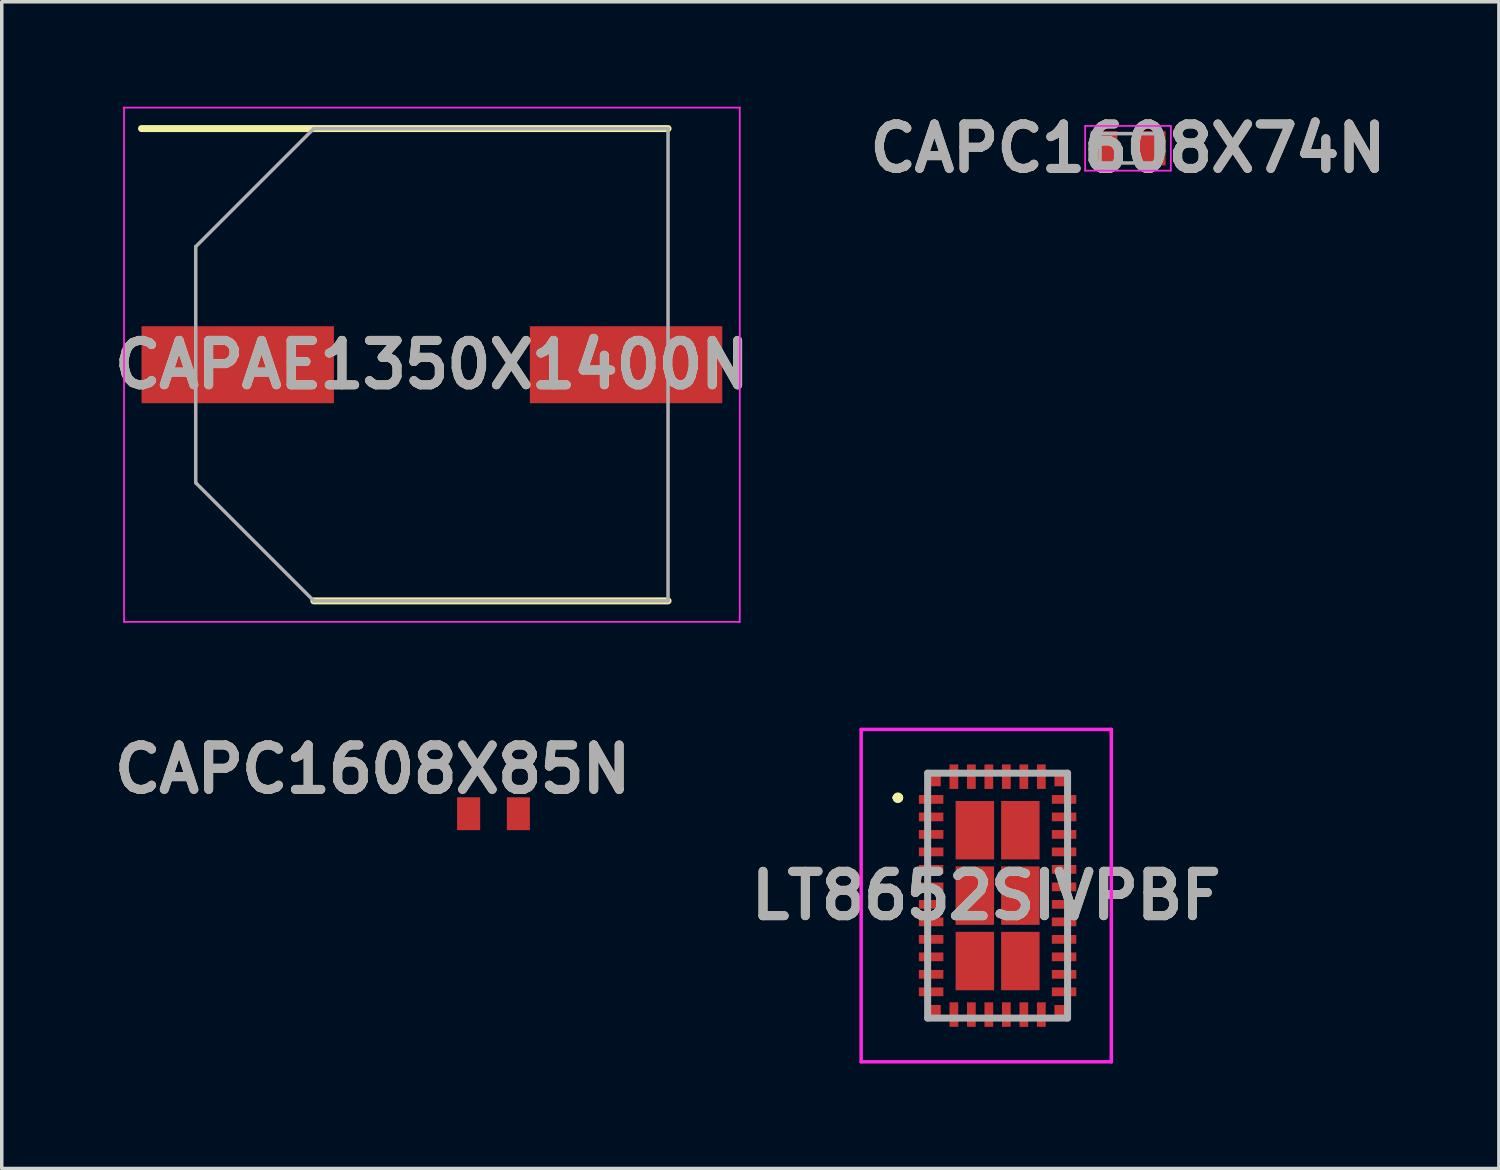
<source format=kicad_pcb>
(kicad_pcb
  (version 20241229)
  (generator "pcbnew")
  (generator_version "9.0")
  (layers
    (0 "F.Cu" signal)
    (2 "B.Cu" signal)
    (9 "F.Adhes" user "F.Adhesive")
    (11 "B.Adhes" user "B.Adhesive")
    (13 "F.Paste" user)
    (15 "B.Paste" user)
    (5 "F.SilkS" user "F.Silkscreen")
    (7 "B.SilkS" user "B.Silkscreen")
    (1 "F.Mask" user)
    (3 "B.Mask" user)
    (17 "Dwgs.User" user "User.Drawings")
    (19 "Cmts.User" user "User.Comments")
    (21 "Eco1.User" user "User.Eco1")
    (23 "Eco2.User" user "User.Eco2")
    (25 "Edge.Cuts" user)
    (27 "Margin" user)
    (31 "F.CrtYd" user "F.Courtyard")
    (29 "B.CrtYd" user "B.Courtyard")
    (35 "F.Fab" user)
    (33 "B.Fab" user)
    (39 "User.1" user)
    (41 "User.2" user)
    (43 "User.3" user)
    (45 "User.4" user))
  (footprint "CAPC1608X74N"
    (layer "F.Cu")
    (at 29.192 1.189)
    (property "Reference" "CAPC1608X74N" (at 0 0 0) (layer "F.SilkS") (effects (font (size 1.27 1.27) (thickness 0.254))))
    (attr smd)
    (fp_line (start -1.225 -0.64) (end 1.225 -0.64) (stroke (width 0.05) (type solid)) (layer "F.CrtYd"))
    (fp_line (start -1.225 0.64) (end -1.225 -0.64) (stroke (width 0.05) (type solid)) (layer "F.CrtYd"))
    (fp_line (start 1.225 -0.64) (end 1.225 0.64) (stroke (width 0.05) (type solid)) (layer "F.CrtYd"))
    (fp_line (start 1.225 0.64) (end -1.225 0.64) (stroke (width 0.05) (type solid)) (layer "F.CrtYd"))
    (fp_line (start -0.8 -0.419) (end 0.8 -0.419) (stroke (width 0.1) (type solid)) (layer "F.Fab"))
    (fp_line (start -0.8 0.419) (end -0.8 -0.419) (stroke (width 0.1) (type solid)) (layer "F.Fab"))
    (fp_line (start 0.8 -0.419) (end 0.8 0.419) (stroke (width 0.1) (type solid)) (layer "F.Fab"))
    (fp_line (start 0.8 0.419) (end -0.8 0.419) (stroke (width 0.1) (type solid)) (layer "F.Fab"))
    (fp_text user "${REFERENCE}" (at 0 0 0) (layer "F.Fab") (effects (font (size 1.27 1.27) (thickness 0.254))))
    (pad "1" smd rect (at -0.69 0) (size 0.77 0.98) (layers "F.Cu" "F.Mask" "F.Paste"))
    (pad "2" smd rect (at 0.69 0) (size 0.77 0.98) (layers "F.Cu" "F.Mask" "F.Paste")))
  (footprint "LT8652SIVPBF"
    (layer "F.Cu")
    (at 25.465 22.55)
    (property "Reference" "LT8652SIVPBF" (at -0.325 0 0) (layer "F.SilkS") (effects (font (size 1.27 1.27) (thickness 0.254))))
    (attr smd)
    (fp_line (start -2.9 -2.8) (end -2.9 -2.8) (stroke (width 0.2) (type solid)) (layer "F.SilkS"))
    (fp_line (start -2.9 -2.8) (end -2.9 -2.8) (stroke (width 0.2) (type solid)) (layer "F.SilkS"))
    (fp_line (start -2.8 -2.8) (end -2.8 -2.8) (stroke (width 0.2) (type solid)) (layer "F.SilkS"))
    (fp_arc (start -2.9 -2.8) (mid -2.85 -2.85) (end -2.8 -2.8) (stroke (width 0.2) (type solid)) (layer "F.SilkS"))
    (fp_arc (start -2.8 -2.8) (mid -2.85 -2.75) (end -2.9 -2.8) (stroke (width 0.2) (type solid)) (layer "F.SilkS"))
    (fp_arc (start -2.8 -2.8) (mid -2.85 -2.75) (end -2.9 -2.8) (stroke (width 0.2) (type solid)) (layer "F.SilkS"))
    (fp_line (start -3.9 -4.75) (end 3.25 -4.75) (stroke (width 0.1) (type solid)) (layer "F.CrtYd"))
    (fp_line (start -3.9 4.75) (end -3.9 -4.75) (stroke (width 0.1) (type solid)) (layer "F.CrtYd"))
    (fp_line (start 3.25 -4.75) (end 3.25 4.75) (stroke (width 0.1) (type solid)) (layer "F.CrtYd"))
    (fp_line (start 3.25 4.75) (end -3.9 4.75) (stroke (width 0.1) (type solid)) (layer "F.CrtYd"))
    (fp_line (start -2 -3.5) (end -2 3.5) (stroke (width 0.2) (type solid)) (layer "F.Fab"))
    (fp_line (start -2 3.5) (end 2 3.5) (stroke (width 0.2) (type solid)) (layer "F.Fab"))
    (fp_line (start 2 -3.5) (end -2 -3.5) (stroke (width 0.2) (type solid)) (layer "F.Fab"))
    (fp_line (start 2 3.5) (end 2 -3.5) (stroke (width 0.2) (type solid)) (layer "F.Fab"))
    (fp_text user "${REFERENCE}" (at -0.325 0 0) (layer "F.Fab") (effects (font (size 1.27 1.27) (thickness 0.254))))
    (pad "1" smd rect (at -1.9 -2.75 90) (size 0.25 0.7) (layers "F.Cu" "F.Mask" "F.Paste"))
    (pad "2" smd rect (at -1.9 -2.25 90) (size 0.25 0.7) (layers "F.Cu" "F.Mask" "F.Paste"))
    (pad "3" smd rect (at -1.9 -1.75 90) (size 0.25 0.7) (layers "F.Cu" "F.Mask" "F.Paste"))
    (pad "4" smd rect (at -1.9 -1.25 90) (size 0.25 0.7) (layers "F.Cu" "F.Mask" "F.Paste"))
    (pad "5" smd rect (at -1.9 -0.75 90) (size 0.25 0.7) (layers "F.Cu" "F.Mask" "F.Paste"))
    (pad "6" smd rect (at -1.9 -0.25 90) (size 0.25 0.7) (layers "F.Cu" "F.Mask" "F.Paste"))
    (pad "7" smd rect (at -1.9 0.25 90) (size 0.25 0.7) (layers "F.Cu" "F.Mask" "F.Paste"))
    (pad "8" smd rect (at -1.9 0.75 90) (size 0.25 0.7) (layers "F.Cu" "F.Mask" "F.Paste"))
    (pad "9" smd rect (at -1.9 1.25 90) (size 0.25 0.7) (layers "F.Cu" "F.Mask" "F.Paste"))
    (pad "10" smd rect (at -1.9 1.75 90) (size 0.25 0.7) (layers "F.Cu" "F.Mask" "F.Paste"))
    (pad "11" smd rect (at -1.9 2.25 90) (size 0.25 0.7) (layers "F.Cu" "F.Mask" "F.Paste"))
    (pad "12" smd rect (at -1.9 2.75 90) (size 0.25 0.7) (layers "F.Cu" "F.Mask" "F.Paste"))
    (pad "13" smd rect (at -1.25 3.4) (size 0.25 0.7) (layers "F.Cu" "F.Mask" "F.Paste"))
    (pad "14" smd rect (at -0.75 3.4) (size 0.25 0.7) (layers "F.Cu" "F.Mask" "F.Paste"))
    (pad "15" smd rect (at -0.25 3.4) (size 0.25 0.7) (layers "F.Cu" "F.Mask" "F.Paste"))
    (pad "16" smd rect (at 0.25 3.4) (size 0.25 0.7) (layers "F.Cu" "F.Mask" "F.Paste"))
    (pad "17" smd rect (at 0.75 3.4) (size 0.25 0.7) (layers "F.Cu" "F.Mask" "F.Paste"))
    (pad "18" smd rect (at 1.25 3.4) (size 0.25 0.7) (layers "F.Cu" "F.Mask" "F.Paste"))
    (pad "19" smd rect (at 1.9 2.75 90) (size 0.25 0.7) (layers "F.Cu" "F.Mask" "F.Paste"))
    (pad "20" smd rect (at 1.9 2.25 90) (size 0.25 0.7) (layers "F.Cu" "F.Mask" "F.Paste"))
    (pad "21" smd rect (at 1.9 1.75 90) (size 0.25 0.7) (layers "F.Cu" "F.Mask" "F.Paste"))
    (pad "22" smd rect (at 1.9 1.25 90) (size 0.25 0.7) (layers "F.Cu" "F.Mask" "F.Paste"))
    (pad "23" smd rect (at 1.9 0.75 90) (size 0.25 0.7) (layers "F.Cu" "F.Mask" "F.Paste"))
    (pad "24" smd rect (at 1.9 0.25 90) (size 0.25 0.7) (layers "F.Cu" "F.Mask" "F.Paste"))
    (pad "25" smd rect (at 1.9 -0.25 90) (size 0.25 0.7) (layers "F.Cu" "F.Mask" "F.Paste"))
    (pad "26" smd rect (at 1.9 -0.75 90) (size 0.25 0.7) (layers "F.Cu" "F.Mask" "F.Paste"))
    (pad "27" smd rect (at 1.9 -1.25 90) (size 0.25 0.7) (layers "F.Cu" "F.Mask" "F.Paste"))
    (pad "28" smd rect (at 1.9 -1.75 90) (size 0.25 0.7) (layers "F.Cu" "F.Mask" "F.Paste"))
    (pad "29" smd rect (at 1.9 -2.25 90) (size 0.25 0.7) (layers "F.Cu" "F.Mask" "F.Paste"))
    (pad "30" smd rect (at 1.9 -2.75 90) (size 0.25 0.7) (layers "F.Cu" "F.Mask" "F.Paste"))
    (pad "31" smd rect (at 1.25 -3.4) (size 0.25 0.7) (layers "F.Cu" "F.Mask" "F.Paste"))
    (pad "32" smd rect (at 0.75 -3.4) (size 0.25 0.7) (layers "F.Cu" "F.Mask" "F.Paste"))
    (pad "33" smd rect (at 0.25 -3.4) (size 0.25 0.7) (layers "F.Cu" "F.Mask" "F.Paste"))
    (pad "34" smd rect (at -0.25 -3.4) (size 0.25 0.7) (layers "F.Cu" "F.Mask" "F.Paste"))
    (pad "35" smd rect (at -0.75 -3.4) (size 0.25 0.7) (layers "F.Cu" "F.Mask" "F.Paste"))
    (pad "36" smd rect (at -1.25 -3.4) (size 0.25 0.7) (layers "F.Cu" "F.Mask" "F.Paste"))
    (pad "37" smd rect (at -0.65 -1.87) (size 1.1 1.67) (layers "F.Cu" "F.Mask" "F.Paste"))
    (pad "38" smd rect (at 0.65 -1.87) (size 1.1 1.67) (layers "F.Cu" "F.Mask" "F.Paste"))
    (pad "39" smd rect (at -0.65 0) (size 1.1 1.67) (layers "F.Cu" "F.Mask" "F.Paste"))
    (pad "40" smd rect (at 0.65 0) (size 1.1 1.67) (layers "F.Cu" "F.Mask" "F.Paste"))
    (pad "41" smd rect (at -0.65 1.87) (size 1.1 1.67) (layers "F.Cu" "F.Mask" "F.Paste"))
    (pad "42" smd rect (at 0.65 1.87) (size 1.1 1.67) (layers "F.Cu" "F.Mask" "F.Paste"))
    (pad "MP1" smd rect (at -1.813 -3.313 90) (size 0.375 0.375) (layers "F.Cu" "F.Mask" "F.Paste"))
    (pad "MP2" smd rect (at -1.813 3.313 90) (size 0.375 0.375) (layers "F.Cu" "F.Mask" "F.Paste"))
    (pad "MP3" smd rect (at 1.813 3.313 90) (size 0.375 0.375) (layers "F.Cu" "F.Mask" "F.Paste"))
    (pad "MP4" smd rect (at 1.813 -3.313 90) (size 0.375 0.375) (layers "F.Cu" "F.Mask" "F.Paste")))
  (footprint "CAPAE1350X1400N"
    (layer "F.Cu")
    (at 9.295 7.375)
    (property "Reference" "CAPAE1350X1400N" (at 0 0 0) (layer "F.SilkS") (effects (font (size 1.27 1.27) (thickness 0.254))))
    (attr smd)
    (fp_line (start -8.3 -6.75) (end 6.75 -6.75) (stroke (width 0.2) (type solid)) (layer "F.SilkS"))
    (fp_line (start -3.375 6.75) (end 6.75 6.75) (stroke (width 0.2) (type solid)) (layer "F.SilkS"))
    (fp_line (start -8.8 -7.35) (end 8.8 -7.35) (stroke (width 0.05) (type solid)) (layer "F.CrtYd"))
    (fp_line (start -8.8 7.35) (end -8.8 -7.35) (stroke (width 0.05) (type solid)) (layer "F.CrtYd"))
    (fp_line (start 8.8 -7.35) (end 8.8 7.35) (stroke (width 0.05) (type solid)) (layer "F.CrtYd"))
    (fp_line (start 8.8 7.35) (end -8.8 7.35) (stroke (width 0.05) (type solid)) (layer "F.CrtYd"))
    (fp_line (start -6.75 -3.375) (end -6.75 3.375) (stroke (width 0.1) (type solid)) (layer "F.Fab"))
    (fp_line (start -6.75 3.375) (end -3.375 6.75) (stroke (width 0.1) (type solid)) (layer "F.Fab"))
    (fp_line (start -3.375 -6.75) (end -6.75 -3.375) (stroke (width 0.1) (type solid)) (layer "F.Fab"))
    (fp_line (start -3.375 6.75) (end 6.75 6.75) (stroke (width 0.1) (type solid)) (layer "F.Fab"))
    (fp_line (start 6.75 -6.75) (end -3.375 -6.75) (stroke (width 0.1) (type solid)) (layer "F.Fab"))
    (fp_line (start 6.75 6.75) (end 6.75 -6.75) (stroke (width 0.1) (type solid)) (layer "F.Fab"))
    (fp_text user "${REFERENCE}" (at 0 0 0) (layer "F.Fab") (effects (font (size 1.27 1.27) (thickness 0.254))))
    (pad "1" smd rect (at -5.55 0 90) (size 2.2 5.5) (layers "F.Cu" "F.Mask" "F.Paste"))
    (pad "2" smd rect (at 5.55 0 90) (size 2.2 5.5) (layers "F.Cu" "F.Mask" "F.Paste")))
  (footprint "CAPC1608X85N"
    (layer "F.Cu")
    (at 11.056 20.209)
    (property "Reference" "CAPC1608X85N" (at -3.454 -1.27 0) (layer "F.SilkS") (effects (font (size 1.27 1.27) (thickness 0.254))))
    (attr smd)
    (fp_text user "${REFERENCE}" (at -3.454 -1.27 0) (layer "F.Fab") (effects (font (size 1.27 1.27) (thickness 0.254))))
    (pad "1" smd rect (at -0.711 0) (size 0.66 0.94) (layers "F.Cu" "F.Mask" "F.Paste"))
    (pad "2" smd rect (at 0.711 0) (size 0.66 0.94) (layers "F.Cu" "F.Mask" "F.Paste")))
  (gr_rect
    (start -3 -3)
    (end 39.794 30.35)
    (stroke (width 0.1) (type default))
    (fill no)
    (layer "Edge.Cuts")))
</source>
